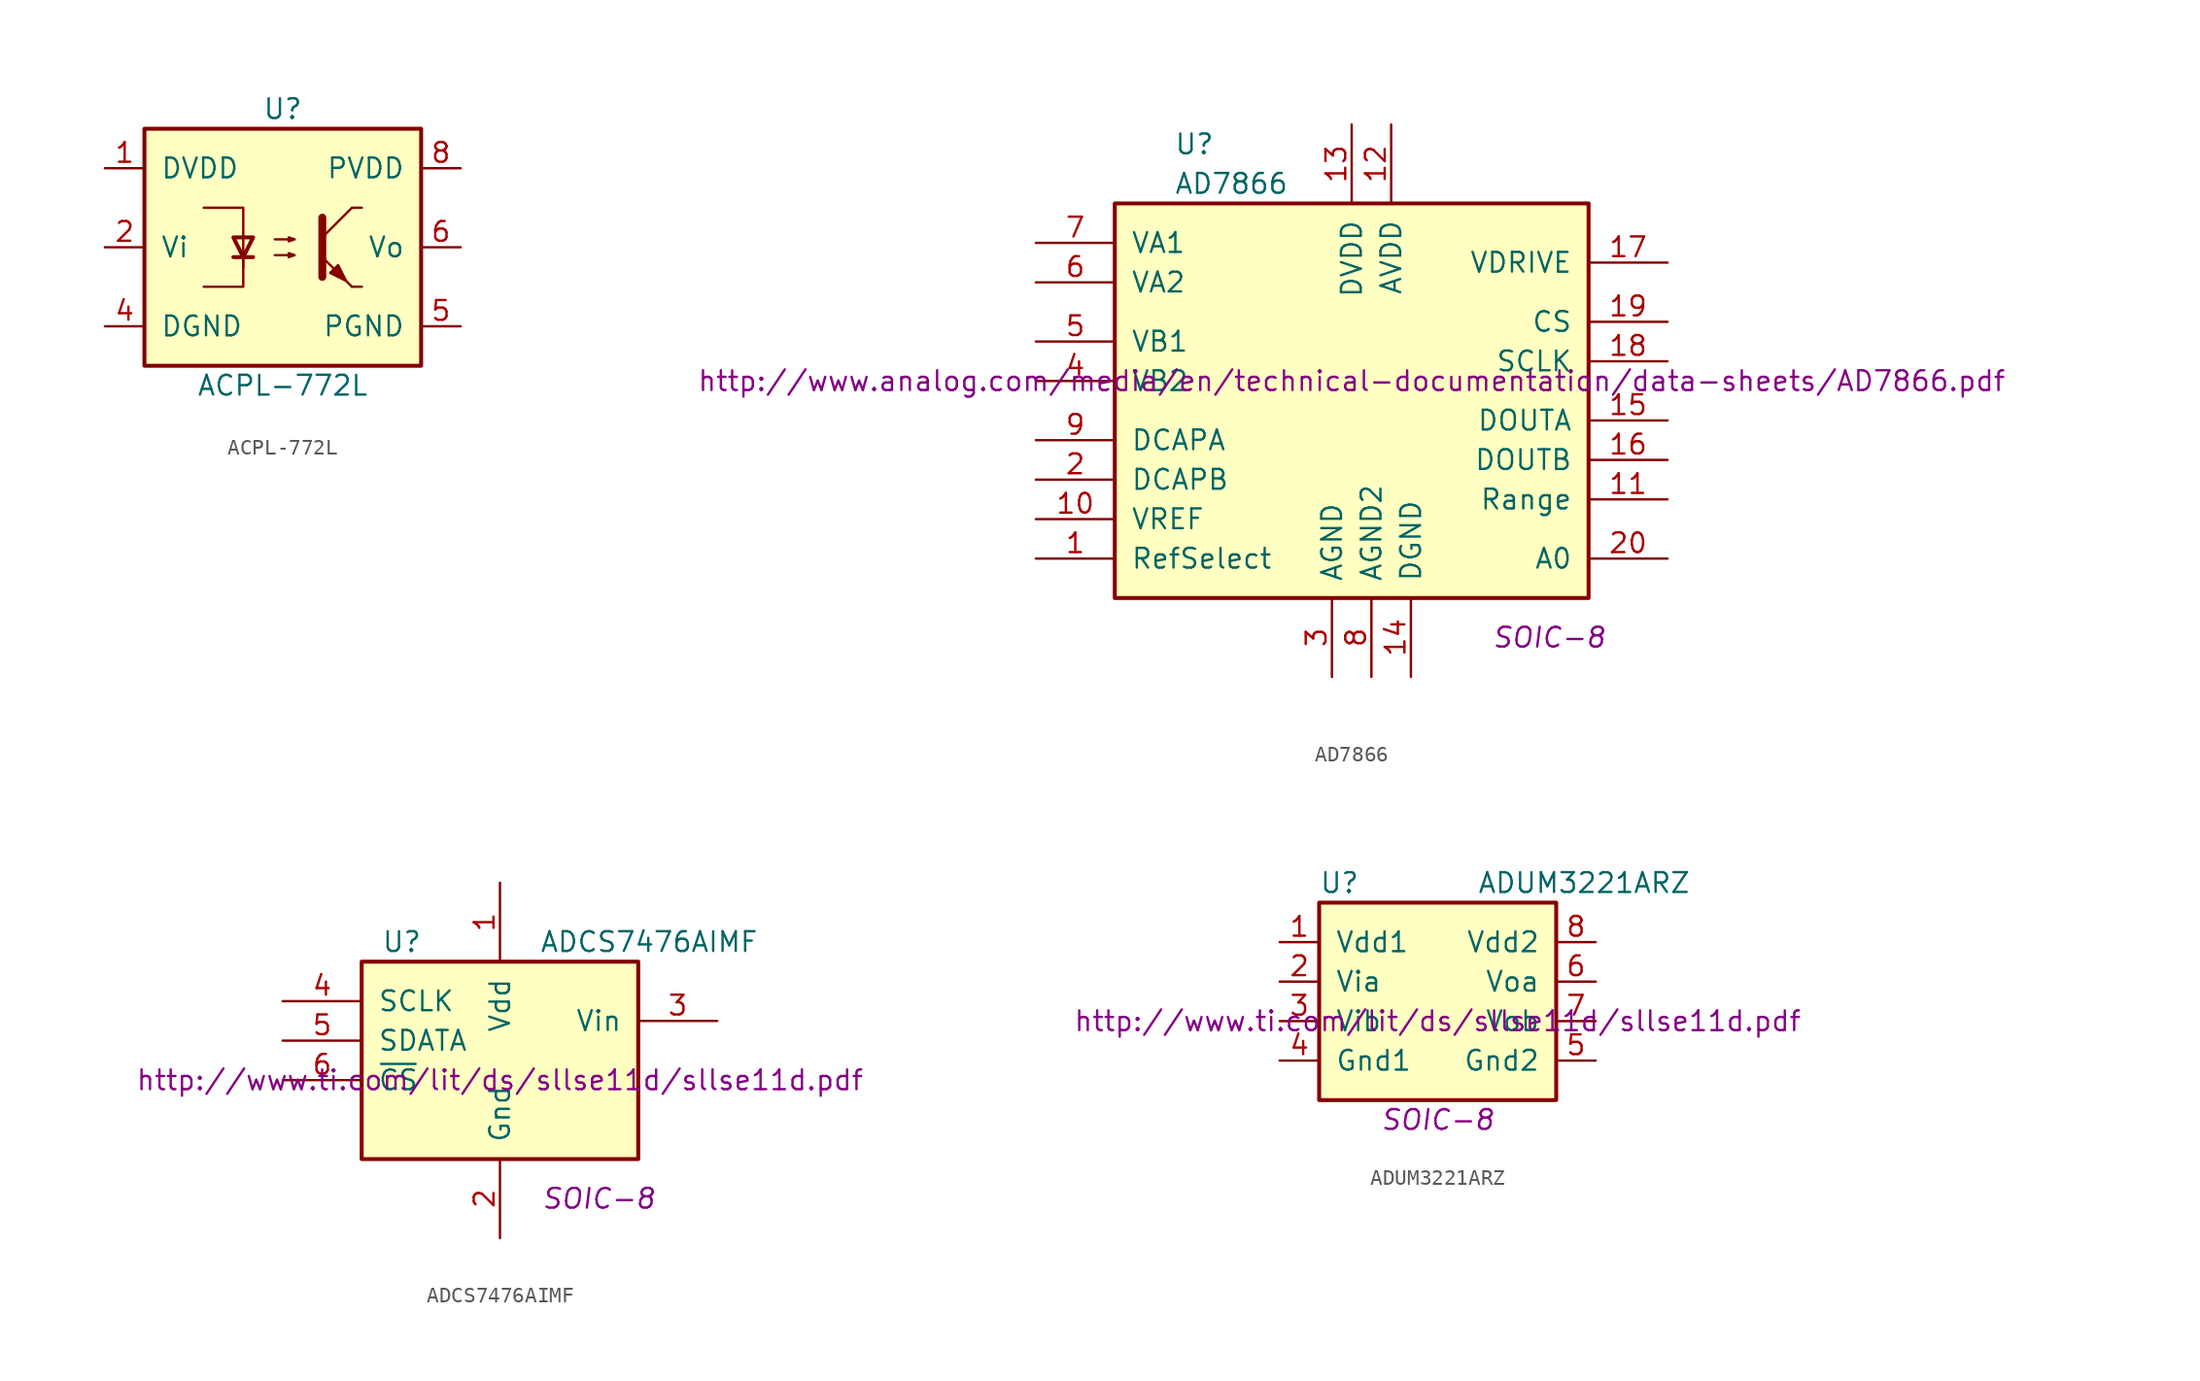
<source format=kicad_sym>
(kicad_symbol_lib
  (version 20220914)
  (generator kicad_symbol_editor)
  (symbol "ACPL-772L"
    (pin_names
      (offset 1.016))
    (property "Reference" "U"
      (at 0 8.89 0)
      (effects (font (size 1.27 1.27))))
    (property "Value" "ACPL-772L"
      (at 0 -8.89 0)
      (effects (font (size 1.27 1.27))))
    (symbol "ACPL-772L_1_1"
      (rectangle (start -8.89 7.62) (end 8.89 -7.62) (stroke (width 0.254) (type solid)) (fill (type background)))
      (polyline (pts (xy -3.175 -0.635) (xy -1.905 -0.635)) (stroke (width 0.254) (type solid)) (fill (type none)))
      (polyline (pts (xy 2.54 0.635) (xy 4.445 2.54)) (stroke (width 0) (type solid)) (fill (type none)))
      (polyline (pts (xy 4.445 -2.54) (xy 2.54 -0.635)) (stroke (width 0) (type solid)) (fill (type outline)))
      (polyline (pts (xy 4.445 -2.54) (xy 5.08 -2.54)) (stroke (width 0) (type solid)) (fill (type none)))
      (polyline (pts (xy 4.445 2.54) (xy 5.08 2.54)) (stroke (width 0) (type solid)) (fill (type none)))
      (polyline (pts (xy -2.54 -0.635) (xy -2.54 -2.54) (xy -5.08 -2.54)) (stroke (width 0) (type solid)) (fill (type none)))
      (polyline (pts (xy 2.54 1.905) (xy 2.54 -1.905) (xy 2.54 -1.905)) (stroke (width 0.508) (type solid)) (fill (type none)))
      (polyline (pts (xy -5.08 2.54) (xy -2.54 2.54) (xy -2.54 -1.27) (xy -2.54 0.635)) (stroke (width 0) (type solid)) (fill (type none)))
      (polyline (pts (xy -2.54 -0.635) (xy -3.175 0.635) (xy -1.905 0.635) (xy -2.54 -0.635)) (stroke (width 0.254) (type solid)) (fill (type none)))
      (polyline (pts (xy -0.508 -0.508) (xy 0.762 -0.508) (xy 0.381 -0.635) (xy 0.381 -0.381) (xy 0.762 -0.508)) (stroke (width 0) (type solid)) (fill (type none)))
      (polyline (pts (xy -0.508 0.508) (xy 0.762 0.508) (xy 0.381 0.381) (xy 0.381 0.635) (xy 0.762 0.508)) (stroke (width 0) (type solid)) (fill (type none)))
      (polyline (pts (xy 3.048 -1.651) (xy 3.556 -1.143) (xy 4.064 -2.159) (xy 3.048 -1.651) (xy 3.048 -1.651)) (stroke (width 0) (type solid)) (fill (type outline)))
      (pin power_in line (at -11.43 5.08 0) (length 2.54) (name "DVDD" (effects (font (size 1.27 1.27)))) (number "1" (effects (font (size 1.27 1.27)))))
      (pin input line (at -11.43 0 0) (length 2.54) (name "Vi" (effects (font (size 1.27 1.27)))) (number "2" (effects (font (size 1.27 1.27)))))
      (pin no_connect line (at 1.27 5.08 180) (length 2.54) hide (name "NC" (effects (font (size 1.27 1.27)))) (number "3" (effects (font (size 1.27 1.27)))))
      (pin power_in line (at -11.43 -5.08 0) (length 2.54) (name "DGND" (effects (font (size 1.27 1.27)))) (number "4" (effects (font (size 1.27 1.27)))))
      (pin power_in line (at 11.43 -5.08 180) (length 2.54) (name "PGND" (effects (font (size 1.27 1.27)))) (number "5" (effects (font (size 1.27 1.27)))))
      (pin output line (at 11.43 0 180) (length 2.54) (name "Vo" (effects (font (size 1.27 1.27)))) (number "6" (effects (font (size 1.27 1.27)))))
      (pin no_connect line (at 1.27 2.54 180) (length 2.54) hide (name "NC" (effects (font (size 1.27 1.27)))) (number "7" (effects (font (size 1.27 1.27)))))
      (pin power_in line (at 11.43 5.08 180) (length 2.54) (name "PVDD" (effects (font (size 1.27 1.27)))) (number "8" (effects (font (size 1.27 1.27)))))))
  (symbol "AD7866"
    (pin_names
      (offset 1.016))
    (property "Reference" "U"
      (at -11.43 15.24 0)
      (effects (font (size 1.27 1.27)) (justify left)))
    (property "Value" "AD7866"
      (at -11.43 12.7 0)
      (effects (font (size 1.27 1.27)) (justify left)))
    (property "Footprint" "SOIC-8"
      (at 12.7 -16.51 0)
      (effects (font (size 1.27 1.27) italic)))
    (property "Datasheet" "http://www.analog.com/media/en/technical-documentation/data-sheets/AD7866.pdf"
      (at 0 0 0)
      (effects (font (size 1.27 1.27))))
    (symbol "AD7866_0_1"
      (rectangle (start -15.24 11.43) (end 15.24 -13.97) (stroke (width 0.254) (type solid)) (fill (type background))))
    (symbol "AD7866_1_1"
      (pin passive line (at -20.32 -11.43 0) (length 5.08) (name "RefSelect" (effects (font (size 1.27 1.27)))) (number "1" (effects (font (size 1.27 1.27)))))
      (pin passive line (at -20.32 -8.89 0) (length 5.08) (name "VREF" (effects (font (size 1.27 1.27)))) (number "10" (effects (font (size 1.27 1.27)))))
      (pin passive line (at 20.32 -7.62 180) (length 5.08) (name "Range" (effects (font (size 1.27 1.27)))) (number "11" (effects (font (size 1.27 1.27)))))
      (pin power_in line (at 2.54 16.51 270) (length 5.08) (name "AVDD" (effects (font (size 1.27 1.27)))) (number "12" (effects (font (size 1.27 1.27)))))
      (pin power_in line (at 0 16.51 270) (length 5.08) (name "DVDD" (effects (font (size 1.27 1.27)))) (number "13" (effects (font (size 1.27 1.27)))))
      (pin power_in line (at 3.81 -19.05 90) (length 5.08) (name "DGND" (effects (font (size 1.27 1.27)))) (number "14" (effects (font (size 1.27 1.27)))))
      (pin passive line (at 20.32 -2.54 180) (length 5.08) (name "DOUTA" (effects (font (size 1.27 1.27)))) (number "15" (effects (font (size 1.27 1.27)))))
      (pin passive line (at 20.32 -5.08 180) (length 5.08) (name "DOUTB" (effects (font (size 1.27 1.27)))) (number "16" (effects (font (size 1.27 1.27)))))
      (pin passive line (at 20.32 7.62 180) (length 5.08) (name "VDRIVE" (effects (font (size 1.27 1.27)))) (number "17" (effects (font (size 1.27 1.27)))))
      (pin passive line (at 20.32 1.27 180) (length 5.08) (name "SCLK" (effects (font (size 1.27 1.27)))) (number "18" (effects (font (size 1.27 1.27)))))
      (pin passive line (at 20.32 3.81 180) (length 5.08) (name "CS" (effects (font (size 1.27 1.27)))) (number "19" (effects (font (size 1.27 1.27)))))
      (pin passive line (at -20.32 -6.35 0) (length 5.08) (name "DCAPB" (effects (font (size 1.27 1.27)))) (number "2" (effects (font (size 1.27 1.27)))))
      (pin passive line (at 20.32 -11.43 180) (length 5.08) (name "A0" (effects (font (size 1.27 1.27)))) (number "20" (effects (font (size 1.27 1.27)))))
      (pin power_in line (at -1.27 -19.05 90) (length 5.08) (name "AGND" (effects (font (size 1.27 1.27)))) (number "3" (effects (font (size 1.27 1.27)))))
      (pin input line (at -20.32 0 0) (length 5.08) (name "VB2" (effects (font (size 1.27 1.27)))) (number "4" (effects (font (size 1.27 1.27)))))
      (pin tri_state line (at -20.32 2.54 0) (length 5.08) (name "VB1" (effects (font (size 1.27 1.27)))) (number "5" (effects (font (size 1.27 1.27)))))
      (pin input line (at -20.32 6.35 0) (length 5.08) (name "VA2" (effects (font (size 1.27 1.27)))) (number "6" (effects (font (size 1.27 1.27)))))
      (pin input line (at -20.32 8.89 0) (length 5.08) (name "VA1" (effects (font (size 1.27 1.27)))) (number "7" (effects (font (size 1.27 1.27)))))
      (pin power_in line (at 1.27 -19.05 90) (length 5.08) (name "AGND2" (effects (font (size 1.27 1.27)))) (number "8" (effects (font (size 1.27 1.27)))))
      (pin passive line (at -20.32 -3.81 0) (length 5.08) (name "DCAPA" (effects (font (size 1.27 1.27)))) (number "9" (effects (font (size 1.27 1.27)))))))
  (symbol "ADCS7476AIMF"
    (pin_names
      (offset 1.016))
    (property "Reference" "U"
      (at -7.62 8.89 0)
      (effects (font (size 1.27 1.27)) (justify left)))
    (property "Value" "ADCS7476AIMF"
      (at 2.54 8.89 0)
      (effects (font (size 1.27 1.27)) (justify left)))
    (property "Footprint" "SOIC-8"
      (at 6.35 -7.62 0)
      (effects (font (size 1.27 1.27) italic)))
    (property "Datasheet" "http://www.ti.com/lit/ds/sllse11d/sllse11d.pdf"
      (at 0 0 0)
      (effects (font (size 1.27 1.27))))
    (symbol "ADCS7476AIMF_0_1"
      (rectangle (start -8.89 7.62) (end 8.89 -5.08) (stroke (width 0.254) (type solid)) (fill (type background))))
    (symbol "ADCS7476AIMF_1_1"
      (pin power_in line (at 0 12.7 270) (length 5.08) (name "Vdd" (effects (font (size 1.27 1.27)))) (number "1" (effects (font (size 1.27 1.27)))))
      (pin power_in line (at 0 -10.16 90) (length 5.08) (name "Gnd" (effects (font (size 1.27 1.27)))) (number "2" (effects (font (size 1.27 1.27)))))
      (pin input line (at 13.97 3.81 180) (length 5.08) (name "Vin" (effects (font (size 1.27 1.27)))) (number "3" (effects (font (size 1.27 1.27)))))
      (pin input line (at -13.97 5.08 0) (length 5.08) (name "SCLK" (effects (font (size 1.27 1.27)))) (number "4" (effects (font (size 1.27 1.27)))))
      (pin tri_state line (at -13.97 2.54 0) (length 5.08) (name "SDATA" (effects (font (size 1.27 1.27)))) (number "5" (effects (font (size 1.27 1.27)))))
      (pin input line (at -13.97 0 0) (length 5.08) (name "~{CS}" (effects (font (size 1.27 1.27)))) (number "6" (effects (font (size 1.27 1.27)))))))
  (symbol "ADUM3221ARZ"
    (pin_names
      (offset 1.016))
    (property "Reference" "U"
      (at -7.62 8.89 0)
      (effects (font (size 1.27 1.27)) (justify left)))
    (property "Value" "ADUM3221ARZ"
      (at 2.54 8.89 0)
      (effects (font (size 1.27 1.27)) (justify left)))
    (property "Footprint" "SOIC-8"
      (at 0 -6.35 0)
      (effects (font (size 1.27 1.27) italic)))
    (property "Datasheet" "http://www.ti.com/lit/ds/sllse11d/sllse11d.pdf"
      (at 0 0 0)
      (effects (font (size 1.27 1.27))))
    (symbol "ADUM3221ARZ_0_1"
      (rectangle (start -7.62 7.62) (end 7.62 -5.08) (stroke (width 0.254) (type solid)) (fill (type background))))
    (symbol "ADUM3221ARZ_1_1"
      (pin power_in line (at -10.16 5.08 0) (length 2.54) (name "Vdd1" (effects (font (size 1.27 1.27)))) (number "1" (effects (font (size 1.27 1.27)))))
      (pin input line (at -10.16 2.54 0) (length 2.54) (name "Via" (effects (font (size 1.27 1.27)))) (number "2" (effects (font (size 1.27 1.27)))))
      (pin input line (at -10.16 0 0) (length 2.54) (name "Vib" (effects (font (size 1.27 1.27)))) (number "3" (effects (font (size 1.27 1.27)))))
      (pin power_in line (at -10.16 -2.54 0) (length 2.54) (name "Gnd1" (effects (font (size 1.27 1.27)))) (number "4" (effects (font (size 1.27 1.27)))))
      (pin power_in line (at 10.16 -2.54 180) (length 2.54) (name "Gnd2" (effects (font (size 1.27 1.27)))) (number "5" (effects (font (size 1.27 1.27)))))
      (pin bidirectional line (at 10.16 2.54 180) (length 2.54) (name "Voa" (effects (font (size 1.27 1.27)))) (number "6" (effects (font (size 1.27 1.27)))))
      (pin bidirectional line (at 10.16 0 180) (length 2.54) (name "Vob" (effects (font (size 1.27 1.27)))) (number "7" (effects (font (size 1.27 1.27)))))
      (pin power_in line (at 10.16 5.08 180) (length 2.54) (name "Vdd2" (effects (font (size 1.27 1.27)))) (number "8" (effects (font (size 1.27 1.27))))))))
</source>
